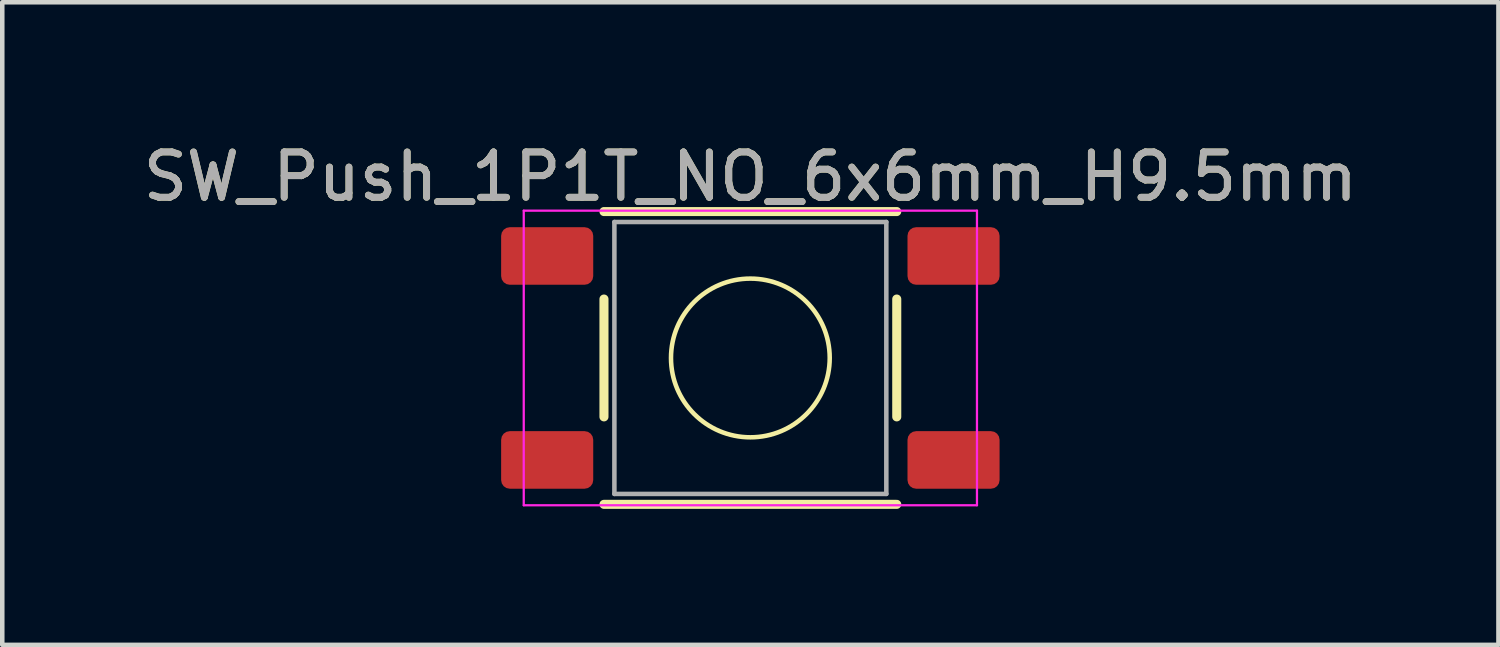
<source format=kicad_pcb>
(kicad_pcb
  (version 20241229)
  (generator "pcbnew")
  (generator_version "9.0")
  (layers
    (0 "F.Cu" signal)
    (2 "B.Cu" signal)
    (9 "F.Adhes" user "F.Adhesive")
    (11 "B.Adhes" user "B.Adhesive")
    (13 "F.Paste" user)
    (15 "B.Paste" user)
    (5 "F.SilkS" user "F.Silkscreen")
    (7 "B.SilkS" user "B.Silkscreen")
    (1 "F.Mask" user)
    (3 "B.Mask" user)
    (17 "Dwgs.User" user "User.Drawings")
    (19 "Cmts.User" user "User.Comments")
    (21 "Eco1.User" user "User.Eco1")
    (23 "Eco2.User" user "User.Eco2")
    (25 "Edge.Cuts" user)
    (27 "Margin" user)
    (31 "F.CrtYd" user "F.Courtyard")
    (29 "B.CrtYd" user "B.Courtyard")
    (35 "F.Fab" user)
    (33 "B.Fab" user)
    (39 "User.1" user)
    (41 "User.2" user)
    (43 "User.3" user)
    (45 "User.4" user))
  (footprint "SW_Push_1P1T_NO_6x6mm_H9.5mm"
    (layer "F.Cu")
    (at 13.506 4.848)
    (property "Reference" "SW_Push_1P1T_NO_6x6mm_H9.5mm" (at 0 -4 0) (layer "F.SilkS") (effects (font (size 1 1) (thickness 0.15))))
    (attr smd)
    (fp_line (start -3.23 -3.23) (end 3.23 -3.23) (stroke (width 0.2) (type solid)) (layer "F.SilkS"))
    (fp_line (start -3.23 -1.3) (end -3.23 1.3) (stroke (width 0.2) (type solid)) (layer "F.SilkS"))
    (fp_line (start -3.23 3.23) (end 3.23 3.23) (stroke (width 0.2) (type solid)) (layer "F.SilkS"))
    (fp_line (start 3.23 -1.3) (end 3.23 1.3) (stroke (width 0.2) (type solid)) (layer "F.SilkS"))
    (fp_circle (center 0 0) (end 1.751 0) (stroke (width 0.1) (type solid)) (fill no) (layer "F.SilkS"))
    (fp_line (start -5 -3.25) (end -5 3.25) (stroke (width 0.05) (type solid)) (layer "F.CrtYd"))
    (fp_line (start -5 -3.25) (end 5 -3.25) (stroke (width 0.05) (type solid)) (layer "F.CrtYd"))
    (fp_line (start -5 3.25) (end 5 3.25) (stroke (width 0.05) (type solid)) (layer "F.CrtYd"))
    (fp_line (start 5 3.25) (end 5 -3.25) (stroke (width 0.05) (type solid)) (layer "F.CrtYd"))
    (fp_line (start -3 -3) (end -3 3) (stroke (width 0.1) (type solid)) (layer "F.Fab"))
    (fp_line (start -3 3) (end 3 3) (stroke (width 0.1) (type solid)) (layer "F.Fab"))
    (fp_line (start 3 -3) (end -3 -3) (stroke (width 0.1) (type solid)) (layer "F.Fab"))
    (fp_line (start 3 3) (end 3 -3) (stroke (width 0.1) (type solid)) (layer "F.Fab"))
    (fp_text user "${REFERENCE}" (at 0 -4 0) (layer "F.Fab") (effects (font (size 1 1) (thickness 0.15))))
    (pad "1" smd roundrect (at -3.975 -2.25) (size 2.032 1.27) (drill (offset -0.508 0)) (layers "F.Cu" "F.Mask" "F.Paste") (roundrect_rratio 0.15))
    (pad "1" smd roundrect (at 3.975 -2.25) (size 2.032 1.27) (drill (offset 0.508 0)) (layers "F.Cu" "F.Mask" "F.Paste") (roundrect_rratio 0.15))
    (pad "2" smd roundrect (at -3.975 2.25) (size 2.032 1.27) (drill (offset -0.508 0)) (layers "F.Cu" "F.Mask" "F.Paste") (roundrect_rratio 0.15))
    (pad "2" smd roundrect (at 3.975 2.25) (size 2.032 1.27) (drill (offset 0.508 0)) (layers "F.Cu" "F.Mask" "F.Paste") (roundrect_rratio 0.15)))
  (gr_rect
    (start -3 -3)
    (end 30.012 11.178)
    (stroke (width 0.1) (type default))
    (fill no)
    (layer "Edge.Cuts")))
</source>
